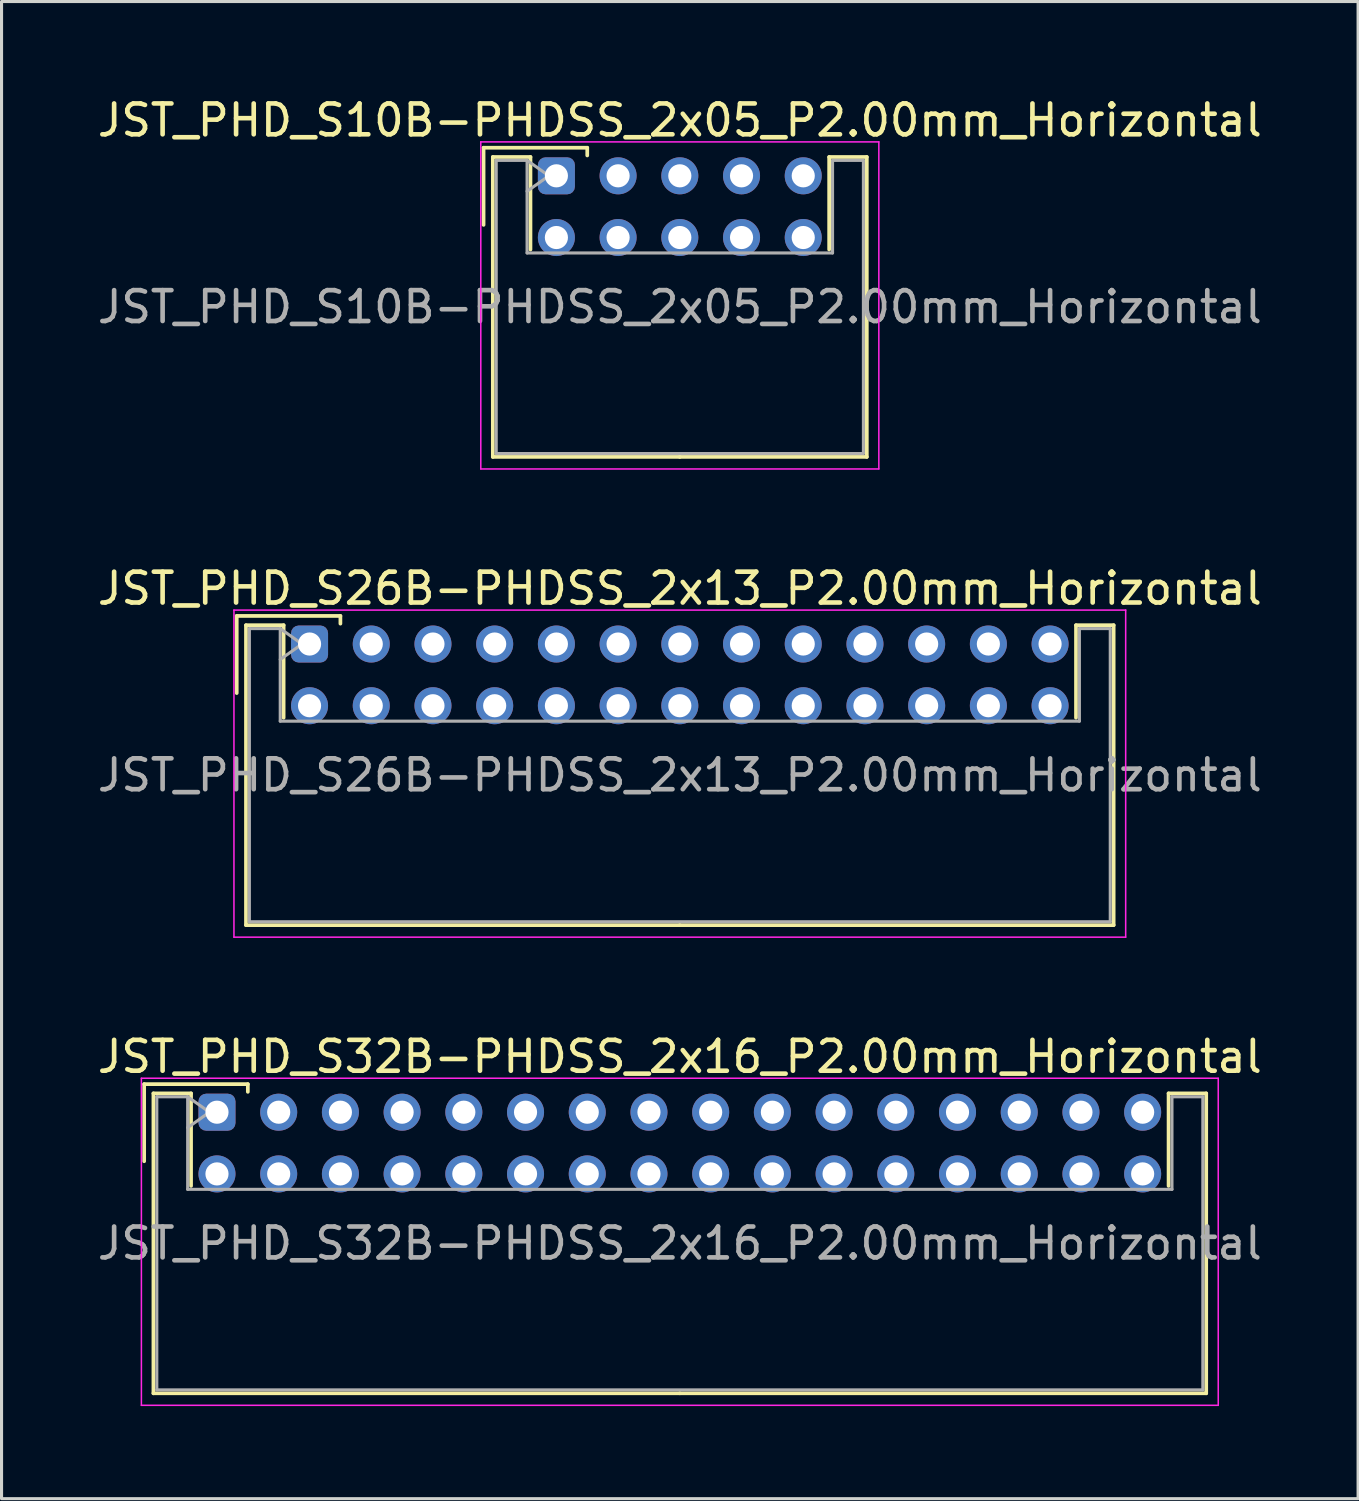
<source format=kicad_pcb>
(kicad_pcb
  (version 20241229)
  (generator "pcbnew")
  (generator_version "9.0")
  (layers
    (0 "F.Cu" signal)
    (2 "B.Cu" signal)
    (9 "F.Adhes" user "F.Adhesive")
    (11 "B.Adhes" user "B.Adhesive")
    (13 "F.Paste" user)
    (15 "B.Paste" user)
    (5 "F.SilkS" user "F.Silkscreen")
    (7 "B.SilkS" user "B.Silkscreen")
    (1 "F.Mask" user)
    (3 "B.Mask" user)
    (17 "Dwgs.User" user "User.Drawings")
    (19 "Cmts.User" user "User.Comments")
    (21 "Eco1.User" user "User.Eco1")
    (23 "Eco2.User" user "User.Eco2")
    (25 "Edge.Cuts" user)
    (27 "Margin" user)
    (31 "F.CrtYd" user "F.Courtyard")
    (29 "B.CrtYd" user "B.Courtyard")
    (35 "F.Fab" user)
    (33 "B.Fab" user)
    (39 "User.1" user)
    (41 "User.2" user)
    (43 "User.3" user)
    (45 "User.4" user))
  (footprint "JST_PHD_S10B-PHDSS_2x05_P2.00mm_Horizontal"
    (layer "F.Cu")
    (at 14.982 2.648)
    (property "Reference" "JST_PHD_S10B-PHDSS_2x05_P2.00mm_Horizontal" (at 4 -1.8 0) (layer "F.SilkS") (effects (font (size 1 1) (thickness 0.15))))
    (attr through_hole)
    (fp_line (start -2.36 -0.91) (end -2.36 1.59) (stroke (width 0.12) (type solid)) (layer "F.SilkS"))
    (fp_line (start -2.06 -0.61) (end -2.06 9.11) (stroke (width 0.12) (type solid)) (layer "F.SilkS"))
    (fp_line (start -2.06 9.11) (end 4 9.11) (stroke (width 0.12) (type solid)) (layer "F.SilkS"))
    (fp_line (start -0.84 -0.61) (end -2.06 -0.61) (stroke (width 0.12) (type solid)) (layer "F.SilkS"))
    (fp_line (start -0.84 2.39) (end -0.84 -0.61) (stroke (width 0.12) (type solid)) (layer "F.SilkS"))
    (fp_line (start 1 -0.91) (end -2.36 -0.91) (stroke (width 0.12) (type solid)) (layer "F.SilkS"))
    (fp_line (start 1 -0.66) (end 1 -0.91) (stroke (width 0.12) (type solid)) (layer "F.SilkS"))
    (fp_line (start 8.84 -0.61) (end 10.06 -0.61) (stroke (width 0.12) (type solid)) (layer "F.SilkS"))
    (fp_line (start 8.84 2.39) (end 8.84 -0.61) (stroke (width 0.12) (type solid)) (layer "F.SilkS"))
    (fp_line (start 10.06 -0.61) (end 10.06 9.11) (stroke (width 0.12) (type solid)) (layer "F.SilkS"))
    (fp_line (start 10.06 9.11) (end 4 9.11) (stroke (width 0.12) (type solid)) (layer "F.SilkS"))
    (fp_line (start -2.45 -1.1) (end -2.45 9.5) (stroke (width 0.05) (type solid)) (layer "F.CrtYd"))
    (fp_line (start -2.45 9.5) (end 10.45 9.5) (stroke (width 0.05) (type solid)) (layer "F.CrtYd"))
    (fp_line (start 10.45 -1.1) (end -2.45 -1.1) (stroke (width 0.05) (type solid)) (layer "F.CrtYd"))
    (fp_line (start 10.45 9.5) (end 10.45 -1.1) (stroke (width 0.05) (type solid)) (layer "F.CrtYd"))
    (fp_line (start -1.95 -0.5) (end -0.95 -0.5) (stroke (width 0.1) (type solid)) (layer "F.Fab"))
    (fp_line (start -1.95 9) (end -1.95 -0.5) (stroke (width 0.1) (type solid)) (layer "F.Fab"))
    (fp_line (start -0.95 -0.5) (end -0.95 2.5) (stroke (width 0.1) (type solid)) (layer "F.Fab"))
    (fp_line (start -0.95 -0.5) (end -0.243 0) (stroke (width 0.1) (type solid)) (layer "F.Fab"))
    (fp_line (start -0.95 2.5) (end 8.95 2.5) (stroke (width 0.1) (type solid)) (layer "F.Fab"))
    (fp_line (start -0.243 0) (end -0.95 0.5) (stroke (width 0.1) (type solid)) (layer "F.Fab"))
    (fp_line (start 8.95 -0.5) (end 9.95 -0.5) (stroke (width 0.1) (type solid)) (layer "F.Fab"))
    (fp_line (start 8.95 2.5) (end 8.95 -0.5) (stroke (width 0.1) (type solid)) (layer "F.Fab"))
    (fp_line (start 9.95 -0.5) (end 9.95 9) (stroke (width 0.1) (type solid)) (layer "F.Fab"))
    (fp_line (start 9.95 9) (end -1.95 9) (stroke (width 0.1) (type solid)) (layer "F.Fab"))
    (fp_text user "${REFERENCE}" (at 4 4.25 0) (layer "F.Fab") (effects (font (size 1 1) (thickness 0.15))))
    (pad "1" thru_hole roundrect (at 0 0) (size 1.2 1.2) (drill 0.75) (layers "*.Cu" "*.Mask") (roundrect_rratio 0.208))
    (pad "2" thru_hole circle (at 0 2) (size 1.2 1.2) (drill 0.75) (layers "*.Cu" "*.Mask"))
    (pad "3" thru_hole circle (at 2 0) (size 1.2 1.2) (drill 0.75) (layers "*.Cu" "*.Mask"))
    (pad "4" thru_hole circle (at 2 2) (size 1.2 1.2) (drill 0.75) (layers "*.Cu" "*.Mask"))
    (pad "5" thru_hole circle (at 4 0) (size 1.2 1.2) (drill 0.75) (layers "*.Cu" "*.Mask"))
    (pad "6" thru_hole circle (at 4 2) (size 1.2 1.2) (drill 0.75) (layers "*.Cu" "*.Mask"))
    (pad "7" thru_hole circle (at 6 0) (size 1.2 1.2) (drill 0.75) (layers "*.Cu" "*.Mask"))
    (pad "8" thru_hole circle (at 6 2) (size 1.2 1.2) (drill 0.75) (layers "*.Cu" "*.Mask"))
    (pad "9" thru_hole circle (at 8 0) (size 1.2 1.2) (drill 0.75) (layers "*.Cu" "*.Mask"))
    (pad "10" thru_hole circle (at 8 2) (size 1.2 1.2) (drill 0.75) (layers "*.Cu" "*.Mask")))
  (footprint "JST_PHD_S32B-PHDSS_2x16_P2.00mm_Horizontal"
    (layer "F.Cu")
    (at 3.982 32.995)
    (property "Reference" "JST_PHD_S32B-PHDSS_2x16_P2.00mm_Horizontal" (at 15 -1.8 0) (layer "F.SilkS") (effects (font (size 1 1) (thickness 0.15))))
    (attr through_hole)
    (fp_line (start -2.36 -0.91) (end -2.36 1.59) (stroke (width 0.12) (type solid)) (layer "F.SilkS"))
    (fp_line (start -2.06 -0.61) (end -2.06 9.11) (stroke (width 0.12) (type solid)) (layer "F.SilkS"))
    (fp_line (start -2.06 9.11) (end 15 9.11) (stroke (width 0.12) (type solid)) (layer "F.SilkS"))
    (fp_line (start -0.84 -0.61) (end -2.06 -0.61) (stroke (width 0.12) (type solid)) (layer "F.SilkS"))
    (fp_line (start -0.84 2.39) (end -0.84 -0.61) (stroke (width 0.12) (type solid)) (layer "F.SilkS"))
    (fp_line (start 1 -0.91) (end -2.36 -0.91) (stroke (width 0.12) (type solid)) (layer "F.SilkS"))
    (fp_line (start 1 -0.66) (end 1 -0.91) (stroke (width 0.12) (type solid)) (layer "F.SilkS"))
    (fp_line (start 30.84 -0.61) (end 32.06 -0.61) (stroke (width 0.12) (type solid)) (layer "F.SilkS"))
    (fp_line (start 30.84 2.39) (end 30.84 -0.61) (stroke (width 0.12) (type solid)) (layer "F.SilkS"))
    (fp_line (start 32.06 -0.61) (end 32.06 9.11) (stroke (width 0.12) (type solid)) (layer "F.SilkS"))
    (fp_line (start 32.06 9.11) (end 15 9.11) (stroke (width 0.12) (type solid)) (layer "F.SilkS"))
    (fp_line (start -2.45 -1.1) (end -2.45 9.5) (stroke (width 0.05) (type solid)) (layer "F.CrtYd"))
    (fp_line (start -2.45 9.5) (end 32.45 9.5) (stroke (width 0.05) (type solid)) (layer "F.CrtYd"))
    (fp_line (start 32.45 -1.1) (end -2.45 -1.1) (stroke (width 0.05) (type solid)) (layer "F.CrtYd"))
    (fp_line (start 32.45 9.5) (end 32.45 -1.1) (stroke (width 0.05) (type solid)) (layer "F.CrtYd"))
    (fp_line (start -1.95 -0.5) (end -0.95 -0.5) (stroke (width 0.1) (type solid)) (layer "F.Fab"))
    (fp_line (start -1.95 9) (end -1.95 -0.5) (stroke (width 0.1) (type solid)) (layer "F.Fab"))
    (fp_line (start -0.95 -0.5) (end -0.95 2.5) (stroke (width 0.1) (type solid)) (layer "F.Fab"))
    (fp_line (start -0.95 -0.5) (end -0.243 0) (stroke (width 0.1) (type solid)) (layer "F.Fab"))
    (fp_line (start -0.95 2.5) (end 30.95 2.5) (stroke (width 0.1) (type solid)) (layer "F.Fab"))
    (fp_line (start -0.243 0) (end -0.95 0.5) (stroke (width 0.1) (type solid)) (layer "F.Fab"))
    (fp_line (start 30.95 -0.5) (end 31.95 -0.5) (stroke (width 0.1) (type solid)) (layer "F.Fab"))
    (fp_line (start 30.95 2.5) (end 30.95 -0.5) (stroke (width 0.1) (type solid)) (layer "F.Fab"))
    (fp_line (start 31.95 -0.5) (end 31.95 9) (stroke (width 0.1) (type solid)) (layer "F.Fab"))
    (fp_line (start 31.95 9) (end -1.95 9) (stroke (width 0.1) (type solid)) (layer "F.Fab"))
    (fp_text user "${REFERENCE}" (at 15 4.25 0) (layer "F.Fab") (effects (font (size 1 1) (thickness 0.15))))
    (pad "1" thru_hole roundrect (at 0 0) (size 1.2 1.2) (drill 0.75) (layers "*.Cu" "*.Mask") (roundrect_rratio 0.208))
    (pad "2" thru_hole circle (at 0 2) (size 1.2 1.2) (drill 0.75) (layers "*.Cu" "*.Mask"))
    (pad "3" thru_hole circle (at 2 0) (size 1.2 1.2) (drill 0.75) (layers "*.Cu" "*.Mask"))
    (pad "4" thru_hole circle (at 2 2) (size 1.2 1.2) (drill 0.75) (layers "*.Cu" "*.Mask"))
    (pad "5" thru_hole circle (at 4 0) (size 1.2 1.2) (drill 0.75) (layers "*.Cu" "*.Mask"))
    (pad "6" thru_hole circle (at 4 2) (size 1.2 1.2) (drill 0.75) (layers "*.Cu" "*.Mask"))
    (pad "7" thru_hole circle (at 6 0) (size 1.2 1.2) (drill 0.75) (layers "*.Cu" "*.Mask"))
    (pad "8" thru_hole circle (at 6 2) (size 1.2 1.2) (drill 0.75) (layers "*.Cu" "*.Mask"))
    (pad "9" thru_hole circle (at 8 0) (size 1.2 1.2) (drill 0.75) (layers "*.Cu" "*.Mask"))
    (pad "10" thru_hole circle (at 8 2) (size 1.2 1.2) (drill 0.75) (layers "*.Cu" "*.Mask"))
    (pad "11" thru_hole circle (at 10 0) (size 1.2 1.2) (drill 0.75) (layers "*.Cu" "*.Mask"))
    (pad "12" thru_hole circle (at 10 2) (size 1.2 1.2) (drill 0.75) (layers "*.Cu" "*.Mask"))
    (pad "13" thru_hole circle (at 12 0) (size 1.2 1.2) (drill 0.75) (layers "*.Cu" "*.Mask"))
    (pad "14" thru_hole circle (at 12 2) (size 1.2 1.2) (drill 0.75) (layers "*.Cu" "*.Mask"))
    (pad "15" thru_hole circle (at 14 0) (size 1.2 1.2) (drill 0.75) (layers "*.Cu" "*.Mask"))
    (pad "16" thru_hole circle (at 14 2) (size 1.2 1.2) (drill 0.75) (layers "*.Cu" "*.Mask"))
    (pad "17" thru_hole circle (at 16 0) (size 1.2 1.2) (drill 0.75) (layers "*.Cu" "*.Mask"))
    (pad "18" thru_hole circle (at 16 2) (size 1.2 1.2) (drill 0.75) (layers "*.Cu" "*.Mask"))
    (pad "19" thru_hole circle (at 18 0) (size 1.2 1.2) (drill 0.75) (layers "*.Cu" "*.Mask"))
    (pad "20" thru_hole circle (at 18 2) (size 1.2 1.2) (drill 0.75) (layers "*.Cu" "*.Mask"))
    (pad "21" thru_hole circle (at 20 0) (size 1.2 1.2) (drill 0.75) (layers "*.Cu" "*.Mask"))
    (pad "22" thru_hole circle (at 20 2) (size 1.2 1.2) (drill 0.75) (layers "*.Cu" "*.Mask"))
    (pad "23" thru_hole circle (at 22 0) (size 1.2 1.2) (drill 0.75) (layers "*.Cu" "*.Mask"))
    (pad "24" thru_hole circle (at 22 2) (size 1.2 1.2) (drill 0.75) (layers "*.Cu" "*.Mask"))
    (pad "25" thru_hole circle (at 24 0) (size 1.2 1.2) (drill 0.75) (layers "*.Cu" "*.Mask"))
    (pad "26" thru_hole circle (at 24 2) (size 1.2 1.2) (drill 0.75) (layers "*.Cu" "*.Mask"))
    (pad "27" thru_hole circle (at 26 0) (size 1.2 1.2) (drill 0.75) (layers "*.Cu" "*.Mask"))
    (pad "28" thru_hole circle (at 26 2) (size 1.2 1.2) (drill 0.75) (layers "*.Cu" "*.Mask"))
    (pad "29" thru_hole circle (at 28 0) (size 1.2 1.2) (drill 0.75) (layers "*.Cu" "*.Mask"))
    (pad "30" thru_hole circle (at 28 2) (size 1.2 1.2) (drill 0.75) (layers "*.Cu" "*.Mask"))
    (pad "31" thru_hole circle (at 30 0) (size 1.2 1.2) (drill 0.75) (layers "*.Cu" "*.Mask"))
    (pad "32" thru_hole circle (at 30 2) (size 1.2 1.2) (drill 0.75) (layers "*.Cu" "*.Mask")))
  (footprint "JST_PHD_S26B-PHDSS_2x13_P2.00mm_Horizontal"
    (layer "F.Cu")
    (at 6.982 17.822)
    (property "Reference" "JST_PHD_S26B-PHDSS_2x13_P2.00mm_Horizontal" (at 12 -1.8 0) (layer "F.SilkS") (effects (font (size 1 1) (thickness 0.15))))
    (attr through_hole)
    (fp_line (start -2.36 -0.91) (end -2.36 1.59) (stroke (width 0.12) (type solid)) (layer "F.SilkS"))
    (fp_line (start -2.06 -0.61) (end -2.06 9.11) (stroke (width 0.12) (type solid)) (layer "F.SilkS"))
    (fp_line (start -2.06 9.11) (end 12 9.11) (stroke (width 0.12) (type solid)) (layer "F.SilkS"))
    (fp_line (start -0.84 -0.61) (end -2.06 -0.61) (stroke (width 0.12) (type solid)) (layer "F.SilkS"))
    (fp_line (start -0.84 2.39) (end -0.84 -0.61) (stroke (width 0.12) (type solid)) (layer "F.SilkS"))
    (fp_line (start 1 -0.91) (end -2.36 -0.91) (stroke (width 0.12) (type solid)) (layer "F.SilkS"))
    (fp_line (start 1 -0.66) (end 1 -0.91) (stroke (width 0.12) (type solid)) (layer "F.SilkS"))
    (fp_line (start 24.84 -0.61) (end 26.06 -0.61) (stroke (width 0.12) (type solid)) (layer "F.SilkS"))
    (fp_line (start 24.84 2.39) (end 24.84 -0.61) (stroke (width 0.12) (type solid)) (layer "F.SilkS"))
    (fp_line (start 26.06 -0.61) (end 26.06 9.11) (stroke (width 0.12) (type solid)) (layer "F.SilkS"))
    (fp_line (start 26.06 9.11) (end 12 9.11) (stroke (width 0.12) (type solid)) (layer "F.SilkS"))
    (fp_line (start -2.45 -1.1) (end -2.45 9.5) (stroke (width 0.05) (type solid)) (layer "F.CrtYd"))
    (fp_line (start -2.45 9.5) (end 26.45 9.5) (stroke (width 0.05) (type solid)) (layer "F.CrtYd"))
    (fp_line (start 26.45 -1.1) (end -2.45 -1.1) (stroke (width 0.05) (type solid)) (layer "F.CrtYd"))
    (fp_line (start 26.45 9.5) (end 26.45 -1.1) (stroke (width 0.05) (type solid)) (layer "F.CrtYd"))
    (fp_line (start -1.95 -0.5) (end -0.95 -0.5) (stroke (width 0.1) (type solid)) (layer "F.Fab"))
    (fp_line (start -1.95 9) (end -1.95 -0.5) (stroke (width 0.1) (type solid)) (layer "F.Fab"))
    (fp_line (start -0.95 -0.5) (end -0.95 2.5) (stroke (width 0.1) (type solid)) (layer "F.Fab"))
    (fp_line (start -0.95 -0.5) (end -0.243 0) (stroke (width 0.1) (type solid)) (layer "F.Fab"))
    (fp_line (start -0.95 2.5) (end 24.95 2.5) (stroke (width 0.1) (type solid)) (layer "F.Fab"))
    (fp_line (start -0.243 0) (end -0.95 0.5) (stroke (width 0.1) (type solid)) (layer "F.Fab"))
    (fp_line (start 24.95 -0.5) (end 25.95 -0.5) (stroke (width 0.1) (type solid)) (layer "F.Fab"))
    (fp_line (start 24.95 2.5) (end 24.95 -0.5) (stroke (width 0.1) (type solid)) (layer "F.Fab"))
    (fp_line (start 25.95 -0.5) (end 25.95 9) (stroke (width 0.1) (type solid)) (layer "F.Fab"))
    (fp_line (start 25.95 9) (end -1.95 9) (stroke (width 0.1) (type solid)) (layer "F.Fab"))
    (fp_text user "${REFERENCE}" (at 12 4.25 0) (layer "F.Fab") (effects (font (size 1 1) (thickness 0.15))))
    (pad "1" thru_hole roundrect (at 0 0) (size 1.2 1.2) (drill 0.75) (layers "*.Cu" "*.Mask") (roundrect_rratio 0.208))
    (pad "2" thru_hole circle (at 0 2) (size 1.2 1.2) (drill 0.75) (layers "*.Cu" "*.Mask"))
    (pad "3" thru_hole circle (at 2 0) (size 1.2 1.2) (drill 0.75) (layers "*.Cu" "*.Mask"))
    (pad "4" thru_hole circle (at 2 2) (size 1.2 1.2) (drill 0.75) (layers "*.Cu" "*.Mask"))
    (pad "5" thru_hole circle (at 4 0) (size 1.2 1.2) (drill 0.75) (layers "*.Cu" "*.Mask"))
    (pad "6" thru_hole circle (at 4 2) (size 1.2 1.2) (drill 0.75) (layers "*.Cu" "*.Mask"))
    (pad "7" thru_hole circle (at 6 0) (size 1.2 1.2) (drill 0.75) (layers "*.Cu" "*.Mask"))
    (pad "8" thru_hole circle (at 6 2) (size 1.2 1.2) (drill 0.75) (layers "*.Cu" "*.Mask"))
    (pad "9" thru_hole circle (at 8 0) (size 1.2 1.2) (drill 0.75) (layers "*.Cu" "*.Mask"))
    (pad "10" thru_hole circle (at 8 2) (size 1.2 1.2) (drill 0.75) (layers "*.Cu" "*.Mask"))
    (pad "11" thru_hole circle (at 10 0) (size 1.2 1.2) (drill 0.75) (layers "*.Cu" "*.Mask"))
    (pad "12" thru_hole circle (at 10 2) (size 1.2 1.2) (drill 0.75) (layers "*.Cu" "*.Mask"))
    (pad "13" thru_hole circle (at 12 0) (size 1.2 1.2) (drill 0.75) (layers "*.Cu" "*.Mask"))
    (pad "14" thru_hole circle (at 12 2) (size 1.2 1.2) (drill 0.75) (layers "*.Cu" "*.Mask"))
    (pad "15" thru_hole circle (at 14 0) (size 1.2 1.2) (drill 0.75) (layers "*.Cu" "*.Mask"))
    (pad "16" thru_hole circle (at 14 2) (size 1.2 1.2) (drill 0.75) (layers "*.Cu" "*.Mask"))
    (pad "17" thru_hole circle (at 16 0) (size 1.2 1.2) (drill 0.75) (layers "*.Cu" "*.Mask"))
    (pad "18" thru_hole circle (at 16 2) (size 1.2 1.2) (drill 0.75) (layers "*.Cu" "*.Mask"))
    (pad "19" thru_hole circle (at 18 0) (size 1.2 1.2) (drill 0.75) (layers "*.Cu" "*.Mask"))
    (pad "20" thru_hole circle (at 18 2) (size 1.2 1.2) (drill 0.75) (layers "*.Cu" "*.Mask"))
    (pad "21" thru_hole circle (at 20 0) (size 1.2 1.2) (drill 0.75) (layers "*.Cu" "*.Mask"))
    (pad "22" thru_hole circle (at 20 2) (size 1.2 1.2) (drill 0.75) (layers "*.Cu" "*.Mask"))
    (pad "23" thru_hole circle (at 22 0) (size 1.2 1.2) (drill 0.75) (layers "*.Cu" "*.Mask"))
    (pad "24" thru_hole circle (at 22 2) (size 1.2 1.2) (drill 0.75) (layers "*.Cu" "*.Mask"))
    (pad "25" thru_hole circle (at 24 0) (size 1.2 1.2) (drill 0.75) (layers "*.Cu" "*.Mask"))
    (pad "26" thru_hole circle (at 24 2) (size 1.2 1.2) (drill 0.75) (layers "*.Cu" "*.Mask")))
  (gr_rect
    (start -3 -3)
    (end 40.964 45.52)
    (stroke (width 0.1) (type default))
    (fill no)
    (layer "Edge.Cuts")))
</source>
